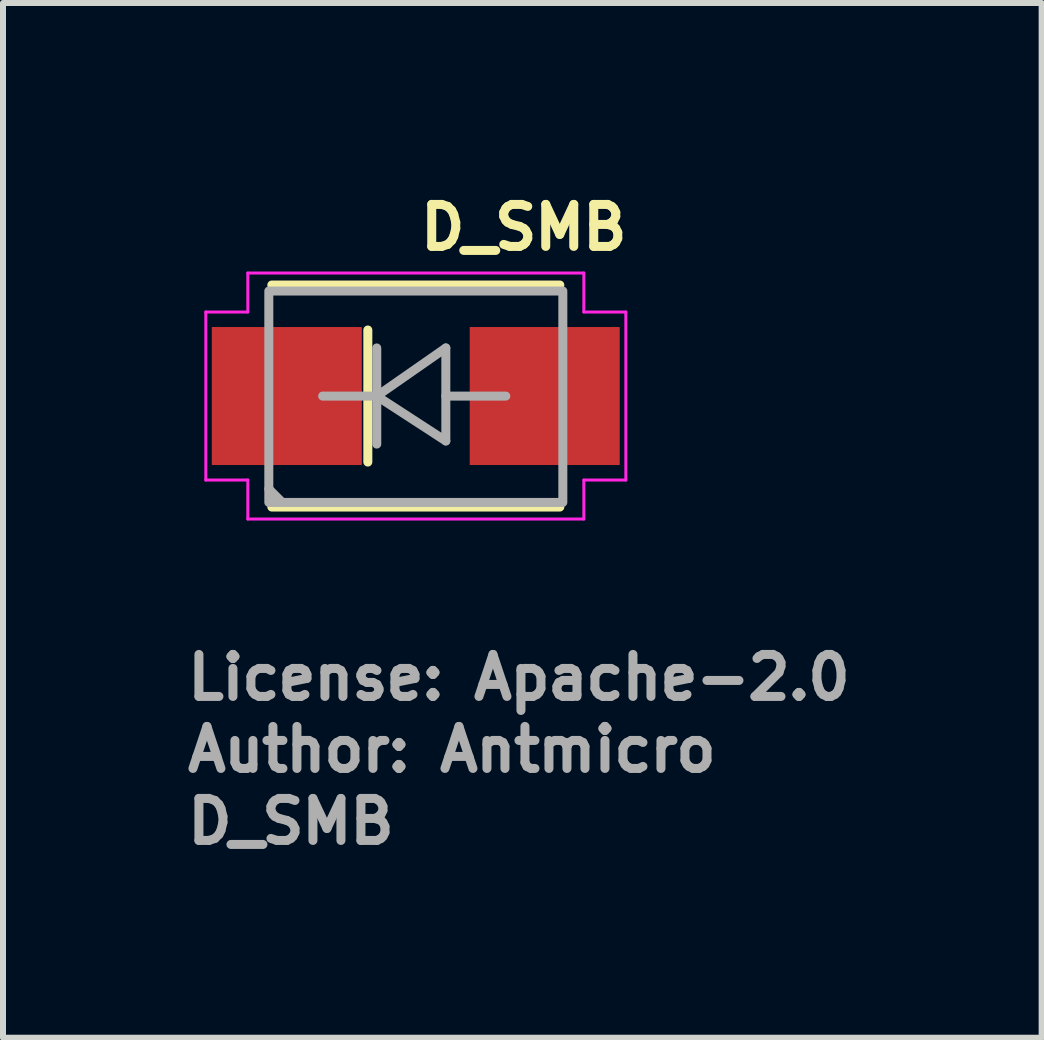
<source format=kicad_pcb>
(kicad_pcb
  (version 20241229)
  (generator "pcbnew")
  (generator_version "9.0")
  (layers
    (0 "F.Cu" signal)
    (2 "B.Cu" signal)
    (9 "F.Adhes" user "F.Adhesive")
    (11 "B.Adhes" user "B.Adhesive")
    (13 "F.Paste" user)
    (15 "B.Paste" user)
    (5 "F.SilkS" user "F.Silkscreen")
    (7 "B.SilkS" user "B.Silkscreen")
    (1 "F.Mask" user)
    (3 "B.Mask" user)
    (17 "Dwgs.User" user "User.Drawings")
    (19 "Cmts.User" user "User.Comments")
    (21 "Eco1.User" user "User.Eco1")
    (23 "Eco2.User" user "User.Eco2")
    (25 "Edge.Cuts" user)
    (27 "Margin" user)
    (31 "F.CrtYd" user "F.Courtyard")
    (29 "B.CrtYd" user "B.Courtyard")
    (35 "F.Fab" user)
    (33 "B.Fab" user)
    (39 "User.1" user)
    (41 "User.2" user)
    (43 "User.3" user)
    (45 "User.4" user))
  (footprint "D_SMB"
    (layer "F.Cu")
    (at 3.88 3.55)
    (property "Reference" "D_SMB" (at 0 -2.4 0) (layer "F.SilkS") (effects (font (size 0.7 0.7) (thickness 0.15)) (justify left bottom)))
    (attr smd)
    (fp_line (start -2.4 -1.85) (end 2.4 -1.85) (stroke (width 0.15) (type solid)) (layer "F.SilkS"))
    (fp_line (start -2.4 1.85) (end 2.4 1.85) (stroke (width 0.15) (type solid)) (layer "F.SilkS"))
    (fp_line (start -0.8 -1.1) (end -0.8 1.1) (stroke (width 0.15) (type solid)) (layer "F.SilkS"))
    (fp_line (start -3.5 -1.4) (end -2.8 -1.4) (stroke (width 0.05) (type solid)) (layer "F.CrtYd"))
    (fp_line (start -3.5 1.4) (end -3.5 -1.4) (stroke (width 0.05) (type solid)) (layer "F.CrtYd"))
    (fp_line (start -2.8 -2.05) (end 2.8 -2.05) (stroke (width 0.05) (type solid)) (layer "F.CrtYd"))
    (fp_line (start -2.8 -1.4) (end -2.8 -2.05) (stroke (width 0.05) (type solid)) (layer "F.CrtYd"))
    (fp_line (start -2.8 1.4) (end -3.5 1.4) (stroke (width 0.05) (type solid)) (layer "F.CrtYd"))
    (fp_line (start -2.8 2.05) (end -2.8 1.4) (stroke (width 0.05) (type solid)) (layer "F.CrtYd"))
    (fp_line (start 2.8 -2.05) (end 2.8 -1.4) (stroke (width 0.05) (type solid)) (layer "F.CrtYd"))
    (fp_line (start 2.8 -1.4) (end 3.5 -1.4) (stroke (width 0.05) (type solid)) (layer "F.CrtYd"))
    (fp_line (start 2.8 1.4) (end 2.8 2.05) (stroke (width 0.05) (type solid)) (layer "F.CrtYd"))
    (fp_line (start 2.8 2.05) (end -2.8 2.05) (stroke (width 0.05) (type solid)) (layer "F.CrtYd"))
    (fp_line (start 3.5 -1.4) (end 3.5 1.4) (stroke (width 0.05) (type solid)) (layer "F.CrtYd"))
    (fp_line (start 3.5 1.4) (end 2.8 1.4) (stroke (width 0.05) (type solid)) (layer "F.CrtYd"))
    (fp_line (start -2.45 1.55) (end -2.25 1.75) (stroke (width 0.15) (type solid)) (layer "F.Fab"))
    (fp_line (start -0.651 -0.801) (end -0.651 0.801) (stroke (width 0.15) (type solid)) (layer "F.Fab"))
    (fp_line (start -0.651 0.001) (end -1.553 0.001) (stroke (width 0.15) (type solid)) (layer "F.Fab"))
    (fp_line (start -0.651 0.001) (end 0.5 -0.801) (stroke (width 0.15) (type solid)) (layer "F.Fab"))
    (fp_line (start -0.651 0.001) (end 0.5 0.749) (stroke (width 0.15) (type solid)) (layer "F.Fab"))
    (fp_line (start 0.5 0.001) (end 1.499 0.001) (stroke (width 0.15) (type solid)) (layer "F.Fab"))
    (fp_line (start 0.5 0.749) (end 0.5 -0.801) (stroke (width 0.15) (type solid)) (layer "F.Fab"))
    (fp_rect (start -2.45 -1.75) (end 2.45 1.773) (stroke (width 0.15) (type solid)) (fill no) (layer "F.Fab"))
    (fp_rect (start -2.65 -1.776) (end 2.648 1.773) (stroke (width 0.1) (type solid)) (fill no) (layer "User.5"))
    (fp_line (start -2.65 -1) (end -2.504 -1) (stroke (width 0.02) (type solid)) (layer "User.9"))
    (fp_line (start -2.65 0.998) (end -2.65 -1) (stroke (width 0.02) (type solid)) (layer "User.9"))
    (fp_line (start -2.65 0.998) (end -2.504 0.998) (stroke (width 0.02) (type solid)) (layer "User.9"))
    (fp_line (start -2.504 -1) (end -2.431 -1) (stroke (width 0.02) (type solid)) (layer "User.9"))
    (fp_line (start -2.431 -1.776) (end -2.431 1.773) (stroke (width 0.02) (type solid)) (layer "User.9"))
    (fp_line (start -2.431 -1.776) (end -2.347 -1.692) (stroke (width 0.02) (type solid)) (layer "User.9"))
    (fp_line (start -2.431 0.998) (end -2.504 0.998) (stroke (width 0.02) (type solid)) (layer "User.9"))
    (fp_line (start -2.431 1.773) (end -2.347 1.691) (stroke (width 0.02) (type solid)) (layer "User.9"))
    (fp_line (start -2.431 1.773) (end 2.43 1.773) (stroke (width 0.02) (type solid)) (layer "User.9"))
    (fp_line (start -2.347 -1.692) (end -2.347 1.691) (stroke (width 0.02) (type solid)) (layer "User.9"))
    (fp_line (start -2.347 1.691) (end 2.346 1.691) (stroke (width 0.02) (type solid)) (layer "User.9"))
    (fp_line (start -2.265 -1.609) (end -2.265 1.608) (stroke (width 0.02) (type solid)) (layer "User.9"))
    (fp_line (start -2.265 1.608) (end -1.665 1.608) (stroke (width 0.02) (type solid)) (layer "User.9"))
    (fp_line (start -1.665 -1.609) (end -2.265 -1.609) (stroke (width 0.02) (type solid)) (layer "User.9"))
    (fp_line (start -1.665 1.608) (end -1.665 -1.609) (stroke (width 0.02) (type solid)) (layer "User.9"))
    (fp_line (start 2.346 -1.692) (end -2.347 -1.692) (stroke (width 0.02) (type solid)) (layer "User.9"))
    (fp_line (start 2.346 1.691) (end 2.346 -1.692) (stroke (width 0.02) (type solid)) (layer "User.9"))
    (fp_line (start 2.43 -1.776) (end -2.431 -1.776) (stroke (width 0.02) (type solid)) (layer "User.9"))
    (fp_line (start 2.43 -1.776) (end 2.346 -1.692) (stroke (width 0.02) (type solid)) (layer "User.9"))
    (fp_line (start 2.43 -1) (end 2.503 -1) (stroke (width 0.02) (type solid)) (layer "User.9"))
    (fp_line (start 2.43 1.773) (end 2.346 1.691) (stroke (width 0.02) (type solid)) (layer "User.9"))
    (fp_line (start 2.43 1.773) (end 2.43 -1.776) (stroke (width 0.02) (type solid)) (layer "User.9"))
    (fp_line (start 2.503 0.998) (end 2.43 0.998) (stroke (width 0.02) (type solid)) (layer "User.9"))
    (fp_line (start 2.648 -1) (end 2.503 -1) (stroke (width 0.02) (type solid)) (layer "User.9"))
    (fp_line (start 2.648 -1) (end 2.648 0.998) (stroke (width 0.02) (type solid)) (layer "User.9"))
    (fp_line (start 2.648 -1) (end 2.648 0.998) (stroke (width 0.02) (type solid)) (layer "User.9"))
    (fp_line (start 2.648 0.998) (end 2.503 0.998) (stroke (width 0.02) (type solid)) (layer "User.9"))
    (fp_text user "Author: Antmicro" (at -3.88 6.3 0) (layer "F.Fab") (effects (font (size 0.7 0.7) (thickness 0.15)) (justify left bottom)))
    (fp_text user "${REFERENCE}" (at -3.88 7.5 0) (layer "F.Fab") (effects (font (size 0.7 0.7) (thickness 0.15)) (justify left bottom)))
    (fp_text user "License: Apache-2.0" (at -3.88 5.1 0) (layer "F.Fab") (effects (font (size 0.7 0.7) (thickness 0.15)) (justify left bottom)))
    (pad "1" smd rect (at -2.15 0) (size 2.5 2.3) (layers "F.Cu" "F.Mask" "F.Paste"))
    (pad "2" smd rect (at 2.148 0) (size 2.5 2.3) (layers "F.Cu" "F.Mask" "F.Paste")))
  (gr_rect
    (start -3 -3)
    (end 14.31 14.245)
    (stroke (width 0.1) (type default))
    (fill no)
    (layer "Edge.Cuts")))
</source>
